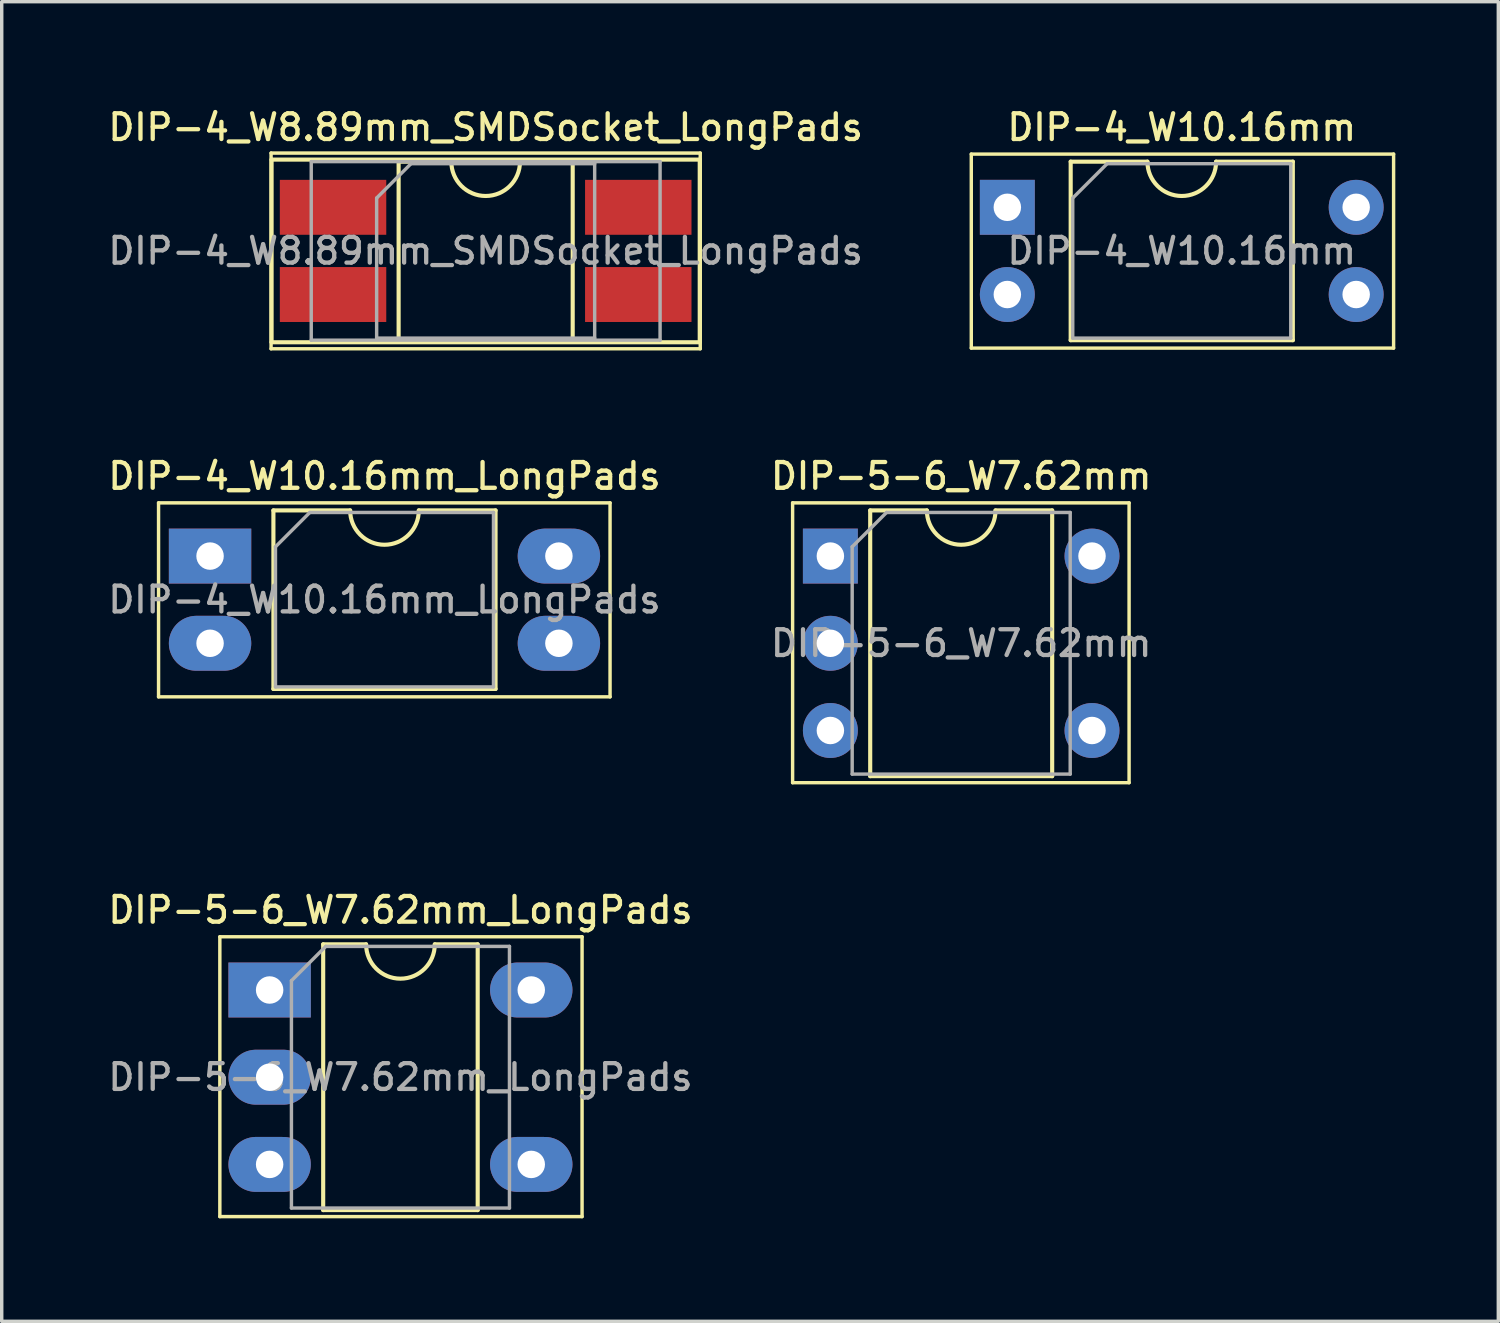
<source format=kicad_pcb>
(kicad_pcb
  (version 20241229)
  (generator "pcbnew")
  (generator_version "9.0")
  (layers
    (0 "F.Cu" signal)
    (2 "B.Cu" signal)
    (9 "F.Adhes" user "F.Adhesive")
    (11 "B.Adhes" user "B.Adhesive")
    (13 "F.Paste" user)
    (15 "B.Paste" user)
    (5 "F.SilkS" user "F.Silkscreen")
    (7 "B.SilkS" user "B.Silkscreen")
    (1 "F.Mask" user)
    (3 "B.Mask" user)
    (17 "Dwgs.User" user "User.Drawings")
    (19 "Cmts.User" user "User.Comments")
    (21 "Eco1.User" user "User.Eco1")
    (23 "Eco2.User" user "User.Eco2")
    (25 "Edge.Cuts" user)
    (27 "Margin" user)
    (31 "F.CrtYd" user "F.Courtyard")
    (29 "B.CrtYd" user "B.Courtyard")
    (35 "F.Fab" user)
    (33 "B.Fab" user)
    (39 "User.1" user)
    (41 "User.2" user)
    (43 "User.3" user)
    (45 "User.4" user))
  (footprint "DIP-4_W10.16mm_LongPads"
    (layer "F.Cu")
    (at 3.068 13.146)
    (property "Reference" "DIP-4_W10.16mm_LongPads" (at 5.08 -2.33 0) (layer "F.SilkS") (effects (font (size 0.75 0.75) (thickness 0.125))))
    (attr through_hole)
    (fp_line (start -1.5 -1.55) (end -1.5 4.1) (stroke (width 0.1) (type solid)) (layer "F.SilkS"))
    (fp_line (start -1.5 4.1) (end 11.65 4.1) (stroke (width 0.1) (type solid)) (layer "F.SilkS"))
    (fp_line (start 1.845 -1.33) (end 1.845 3.87) (stroke (width 0.12) (type solid)) (layer "F.SilkS"))
    (fp_line (start 1.845 3.87) (end 8.315 3.87) (stroke (width 0.12) (type solid)) (layer "F.SilkS"))
    (fp_line (start 4.08 -1.33) (end 1.845 -1.33) (stroke (width 0.12) (type solid)) (layer "F.SilkS"))
    (fp_line (start 8.315 -1.33) (end 6.08 -1.33) (stroke (width 0.12) (type solid)) (layer "F.SilkS"))
    (fp_line (start 8.315 3.87) (end 8.315 -1.33) (stroke (width 0.12) (type solid)) (layer "F.SilkS"))
    (fp_line (start 11.65 -1.55) (end -1.5 -1.55) (stroke (width 0.1) (type solid)) (layer "F.SilkS"))
    (fp_line (start 11.65 4.1) (end 11.65 -1.55) (stroke (width 0.1) (type solid)) (layer "F.SilkS"))
    (fp_arc (start 6.08 -1.33) (mid 5.08 -0.33) (end 4.08 -1.33) (stroke (width 0.12) (type solid)) (layer "F.SilkS"))
    (fp_line (start 1.905 -0.27) (end 2.905 -1.27) (stroke (width 0.1) (type solid)) (layer "F.Fab"))
    (fp_line (start 1.905 3.81) (end 1.905 -0.27) (stroke (width 0.1) (type solid)) (layer "F.Fab"))
    (fp_line (start 2.905 -1.27) (end 8.255 -1.27) (stroke (width 0.1) (type solid)) (layer "F.Fab"))
    (fp_line (start 8.255 -1.27) (end 8.255 3.81) (stroke (width 0.1) (type solid)) (layer "F.Fab"))
    (fp_line (start 8.255 3.81) (end 1.905 3.81) (stroke (width 0.1) (type solid)) (layer "F.Fab"))
    (fp_text user "${REFERENCE}" (at 5.08 1.27 0) (layer "F.Fab") (effects (font (size 0.75 0.75) (thickness 0.125))))
    (pad "1" thru_hole rect (at 0 0) (size 2.4 1.6) (drill 0.8) (layers "*.Cu" "*.Mask"))
    (pad "2" thru_hole oval (at 0 2.54) (size 2.4 1.6) (drill 0.8) (layers "*.Cu" "*.Mask"))
    (pad "3" thru_hole oval (at 10.16 2.54) (size 2.4 1.6) (drill 0.8) (layers "*.Cu" "*.Mask"))
    (pad "4" thru_hole oval (at 10.16 0) (size 2.4 1.6) (drill 0.8) (layers "*.Cu" "*.Mask")))
  (footprint "DIP-5-6_W7.62mm"
    (layer "F.Cu")
    (at 21.135 13.146)
    (property "Reference" "DIP-5-6_W7.62mm" (at 3.81 -2.33 0) (layer "F.SilkS") (effects (font (size 0.75 0.75) (thickness 0.125))))
    (attr through_hole)
    (fp_line (start -1.1 -1.55) (end -1.1 6.6) (stroke (width 0.1) (type solid)) (layer "F.SilkS"))
    (fp_line (start -1.1 6.6) (end 8.7 6.6) (stroke (width 0.1) (type solid)) (layer "F.SilkS"))
    (fp_line (start 1.16 -1.33) (end 1.16 6.41) (stroke (width 0.12) (type solid)) (layer "F.SilkS"))
    (fp_line (start 1.16 6.41) (end 6.46 6.41) (stroke (width 0.12) (type solid)) (layer "F.SilkS"))
    (fp_line (start 2.81 -1.33) (end 1.16 -1.33) (stroke (width 0.12) (type solid)) (layer "F.SilkS"))
    (fp_line (start 6.46 -1.33) (end 4.81 -1.33) (stroke (width 0.12) (type solid)) (layer "F.SilkS"))
    (fp_line (start 6.46 6.41) (end 6.46 -1.33) (stroke (width 0.12) (type solid)) (layer "F.SilkS"))
    (fp_line (start 8.7 -1.55) (end -1.1 -1.55) (stroke (width 0.1) (type solid)) (layer "F.SilkS"))
    (fp_line (start 8.7 6.6) (end 8.7 -1.55) (stroke (width 0.1) (type solid)) (layer "F.SilkS"))
    (fp_arc (start 4.81 -1.33) (mid 3.81 -0.33) (end 2.81 -1.33) (stroke (width 0.12) (type solid)) (layer "F.SilkS"))
    (fp_line (start 0.635 -0.27) (end 1.635 -1.27) (stroke (width 0.1) (type solid)) (layer "F.Fab"))
    (fp_line (start 0.635 6.35) (end 0.635 -0.27) (stroke (width 0.1) (type solid)) (layer "F.Fab"))
    (fp_line (start 1.635 -1.27) (end 6.985 -1.27) (stroke (width 0.1) (type solid)) (layer "F.Fab"))
    (fp_line (start 6.985 -1.27) (end 6.985 6.35) (stroke (width 0.1) (type solid)) (layer "F.Fab"))
    (fp_line (start 6.985 6.35) (end 0.635 6.35) (stroke (width 0.1) (type solid)) (layer "F.Fab"))
    (fp_text user "${REFERENCE}" (at 3.81 2.54 0) (layer "F.Fab") (effects (font (size 0.75 0.75) (thickness 0.125))))
    (pad "1" thru_hole rect (at 0 0) (size 1.6 1.6) (drill 0.8) (layers "*.Cu" "*.Mask"))
    (pad "2" thru_hole oval (at 0 2.54) (size 1.6 1.6) (drill 0.8) (layers "*.Cu" "*.Mask"))
    (pad "3" thru_hole oval (at 0 5.08) (size 1.6 1.6) (drill 0.8) (layers "*.Cu" "*.Mask"))
    (pad "4" thru_hole oval (at 7.62 5.08) (size 1.6 1.6) (drill 0.8) (layers "*.Cu" "*.Mask"))
    (pad "6" thru_hole oval (at 7.62 0) (size 1.6 1.6) (drill 0.8) (layers "*.Cu" "*.Mask")))
  (footprint "DIP-4_W8.89mm_SMDSocket_LongPads"
    (layer "F.Cu")
    (at 11.095 4.258)
    (property "Reference" "DIP-4_W8.89mm_SMDSocket_LongPads" (at 0 -3.6 0) (layer "F.SilkS") (effects (font (size 0.75 0.75) (thickness 0.125))))
    (attr smd)
    (fp_line (start -6.25 -2.85) (end -6.25 2.85) (stroke (width 0.1) (type solid)) (layer "F.SilkS"))
    (fp_line (start -6.25 2.85) (end 6.25 2.85) (stroke (width 0.1) (type solid)) (layer "F.SilkS"))
    (fp_line (start -6.235 -2.66) (end -6.235 2.66) (stroke (width 0.12) (type solid)) (layer "F.SilkS"))
    (fp_line (start -6.235 2.66) (end 6.235 2.66) (stroke (width 0.12) (type solid)) (layer "F.SilkS"))
    (fp_line (start -2.535 -2.6) (end -2.535 2.6) (stroke (width 0.12) (type solid)) (layer "F.SilkS"))
    (fp_line (start -2.535 2.6) (end 2.535 2.6) (stroke (width 0.12) (type solid)) (layer "F.SilkS"))
    (fp_line (start -1 -2.6) (end -2.535 -2.6) (stroke (width 0.12) (type solid)) (layer "F.SilkS"))
    (fp_line (start 2.535 -2.6) (end 1 -2.6) (stroke (width 0.12) (type solid)) (layer "F.SilkS"))
    (fp_line (start 2.535 2.6) (end 2.535 -2.6) (stroke (width 0.12) (type solid)) (layer "F.SilkS"))
    (fp_line (start 6.235 -2.66) (end -6.235 -2.66) (stroke (width 0.12) (type solid)) (layer "F.SilkS"))
    (fp_line (start 6.235 2.66) (end 6.235 -2.66) (stroke (width 0.12) (type solid)) (layer "F.SilkS"))
    (fp_line (start 6.25 -2.85) (end -6.25 -2.85) (stroke (width 0.1) (type solid)) (layer "F.SilkS"))
    (fp_line (start 6.25 2.85) (end 6.25 -2.85) (stroke (width 0.1) (type solid)) (layer "F.SilkS"))
    (fp_arc (start 1 -2.6) (mid 0 -1.6) (end -1 -2.6) (stroke (width 0.12) (type solid)) (layer "F.SilkS"))
    (fp_line (start -5.08 -2.6) (end -5.08 2.6) (stroke (width 0.1) (type solid)) (layer "F.Fab"))
    (fp_line (start -5.08 2.6) (end 5.08 2.6) (stroke (width 0.1) (type solid)) (layer "F.Fab"))
    (fp_line (start -3.175 -1.54) (end -2.175 -2.54) (stroke (width 0.1) (type solid)) (layer "F.Fab"))
    (fp_line (start -3.175 2.54) (end -3.175 -1.54) (stroke (width 0.1) (type solid)) (layer "F.Fab"))
    (fp_line (start -2.175 -2.54) (end 3.175 -2.54) (stroke (width 0.1) (type solid)) (layer "F.Fab"))
    (fp_line (start 3.175 -2.54) (end 3.175 2.54) (stroke (width 0.1) (type solid)) (layer "F.Fab"))
    (fp_line (start 3.175 2.54) (end -3.175 2.54) (stroke (width 0.1) (type solid)) (layer "F.Fab"))
    (fp_line (start 5.08 -2.6) (end -5.08 -2.6) (stroke (width 0.1) (type solid)) (layer "F.Fab"))
    (fp_line (start 5.08 2.6) (end 5.08 -2.6) (stroke (width 0.1) (type solid)) (layer "F.Fab"))
    (fp_text user "${REFERENCE}" (at 0 0 0) (layer "F.Fab") (effects (font (size 0.75 0.75) (thickness 0.125))))
    (pad "1" smd rect (at -4.445 -1.27) (size 3.1 1.6) (layers "F.Cu" "F.Mask" "F.Paste"))
    (pad "2" smd rect (at -4.445 1.27) (size 3.1 1.6) (layers "F.Cu" "F.Mask" "F.Paste"))
    (pad "3" smd rect (at 4.445 1.27) (size 3.1 1.6) (layers "F.Cu" "F.Mask" "F.Paste"))
    (pad "4" smd rect (at 4.445 -1.27) (size 3.1 1.6) (layers "F.Cu" "F.Mask" "F.Paste")))
  (footprint "DIP-4_W10.16mm"
    (layer "F.Cu")
    (at 26.289 2.988)
    (property "Reference" "DIP-4_W10.16mm" (at 5.08 -2.33 0) (layer "F.SilkS") (effects (font (size 0.75 0.75) (thickness 0.125))))
    (attr through_hole)
    (fp_line (start -1.05 -1.55) (end -1.05 4.1) (stroke (width 0.1) (type solid)) (layer "F.SilkS"))
    (fp_line (start -1.05 4.1) (end 11.25 4.1) (stroke (width 0.1) (type solid)) (layer "F.SilkS"))
    (fp_line (start 1.845 -1.33) (end 1.845 3.87) (stroke (width 0.12) (type solid)) (layer "F.SilkS"))
    (fp_line (start 1.845 3.87) (end 8.315 3.87) (stroke (width 0.12) (type solid)) (layer "F.SilkS"))
    (fp_line (start 4.08 -1.33) (end 1.845 -1.33) (stroke (width 0.12) (type solid)) (layer "F.SilkS"))
    (fp_line (start 8.315 -1.33) (end 6.08 -1.33) (stroke (width 0.12) (type solid)) (layer "F.SilkS"))
    (fp_line (start 8.315 3.87) (end 8.315 -1.33) (stroke (width 0.12) (type solid)) (layer "F.SilkS"))
    (fp_line (start 11.25 -1.55) (end -1.05 -1.55) (stroke (width 0.1) (type solid)) (layer "F.SilkS"))
    (fp_line (start 11.25 4.1) (end 11.25 -1.55) (stroke (width 0.1) (type solid)) (layer "F.SilkS"))
    (fp_arc (start 6.08 -1.33) (mid 5.08 -0.33) (end 4.08 -1.33) (stroke (width 0.12) (type solid)) (layer "F.SilkS"))
    (fp_line (start 1.905 -0.27) (end 2.905 -1.27) (stroke (width 0.1) (type solid)) (layer "F.Fab"))
    (fp_line (start 1.905 3.81) (end 1.905 -0.27) (stroke (width 0.1) (type solid)) (layer "F.Fab"))
    (fp_line (start 2.905 -1.27) (end 8.255 -1.27) (stroke (width 0.1) (type solid)) (layer "F.Fab"))
    (fp_line (start 8.255 -1.27) (end 8.255 3.81) (stroke (width 0.1) (type solid)) (layer "F.Fab"))
    (fp_line (start 8.255 3.81) (end 1.905 3.81) (stroke (width 0.1) (type solid)) (layer "F.Fab"))
    (fp_text user "${REFERENCE}" (at 5.08 1.27 0) (layer "F.Fab") (effects (font (size 0.75 0.75) (thickness 0.125))))
    (pad "1" thru_hole rect (at 0 0) (size 1.6 1.6) (drill 0.8) (layers "*.Cu" "*.Mask"))
    (pad "2" thru_hole oval (at 0 2.54) (size 1.6 1.6) (drill 0.8) (layers "*.Cu" "*.Mask"))
    (pad "3" thru_hole oval (at 10.16 2.54) (size 1.6 1.6) (drill 0.8) (layers "*.Cu" "*.Mask"))
    (pad "4" thru_hole oval (at 10.16 0) (size 1.6 1.6) (drill 0.8) (layers "*.Cu" "*.Mask")))
  (footprint "DIP-5-6_W7.62mm_LongPads"
    (layer "F.Cu")
    (at 4.803 25.784)
    (property "Reference" "DIP-5-6_W7.62mm_LongPads" (at 3.81 -2.33 0) (layer "F.SilkS") (effects (font (size 0.75 0.75) (thickness 0.125))))
    (attr through_hole)
    (fp_line (start -1.45 -1.55) (end -1.45 6.6) (stroke (width 0.1) (type solid)) (layer "F.SilkS"))
    (fp_line (start -1.45 6.6) (end 9.1 6.6) (stroke (width 0.1) (type solid)) (layer "F.SilkS"))
    (fp_line (start 1.56 -1.33) (end 1.56 6.41) (stroke (width 0.12) (type solid)) (layer "F.SilkS"))
    (fp_line (start 1.56 6.41) (end 6.06 6.41) (stroke (width 0.12) (type solid)) (layer "F.SilkS"))
    (fp_line (start 2.81 -1.33) (end 1.56 -1.33) (stroke (width 0.12) (type solid)) (layer "F.SilkS"))
    (fp_line (start 6.06 -1.33) (end 4.81 -1.33) (stroke (width 0.12) (type solid)) (layer "F.SilkS"))
    (fp_line (start 6.06 6.41) (end 6.06 -1.33) (stroke (width 0.12) (type solid)) (layer "F.SilkS"))
    (fp_line (start 9.1 -1.55) (end -1.45 -1.55) (stroke (width 0.1) (type solid)) (layer "F.SilkS"))
    (fp_line (start 9.1 6.6) (end 9.1 -1.55) (stroke (width 0.1) (type solid)) (layer "F.SilkS"))
    (fp_arc (start 4.81 -1.33) (mid 3.81 -0.33) (end 2.81 -1.33) (stroke (width 0.12) (type solid)) (layer "F.SilkS"))
    (fp_line (start 0.635 -0.27) (end 1.635 -1.27) (stroke (width 0.1) (type solid)) (layer "F.Fab"))
    (fp_line (start 0.635 6.35) (end 0.635 -0.27) (stroke (width 0.1) (type solid)) (layer "F.Fab"))
    (fp_line (start 1.635 -1.27) (end 6.985 -1.27) (stroke (width 0.1) (type solid)) (layer "F.Fab"))
    (fp_line (start 6.985 -1.27) (end 6.985 6.35) (stroke (width 0.1) (type solid)) (layer "F.Fab"))
    (fp_line (start 6.985 6.35) (end 0.635 6.35) (stroke (width 0.1) (type solid)) (layer "F.Fab"))
    (fp_text user "${REFERENCE}" (at 3.81 2.54 0) (layer "F.Fab") (effects (font (size 0.75 0.75) (thickness 0.125))))
    (pad "1" thru_hole rect (at 0 0) (size 2.4 1.6) (drill 0.8) (layers "*.Cu" "*.Mask"))
    (pad "2" thru_hole oval (at 0 2.54) (size 2.4 1.6) (drill 0.8) (layers "*.Cu" "*.Mask"))
    (pad "3" thru_hole oval (at 0 5.08) (size 2.4 1.6) (drill 0.8) (layers "*.Cu" "*.Mask"))
    (pad "4" thru_hole oval (at 7.62 5.08) (size 2.4 1.6) (drill 0.8) (layers "*.Cu" "*.Mask"))
    (pad "6" thru_hole oval (at 7.62 0) (size 2.4 1.6) (drill 0.8) (layers "*.Cu" "*.Mask")))
  (gr_rect
    (start -3 -3)
    (end 40.589 35.434)
    (stroke (width 0.1) (type default))
    (fill no)
    (layer "Edge.Cuts")))
</source>
